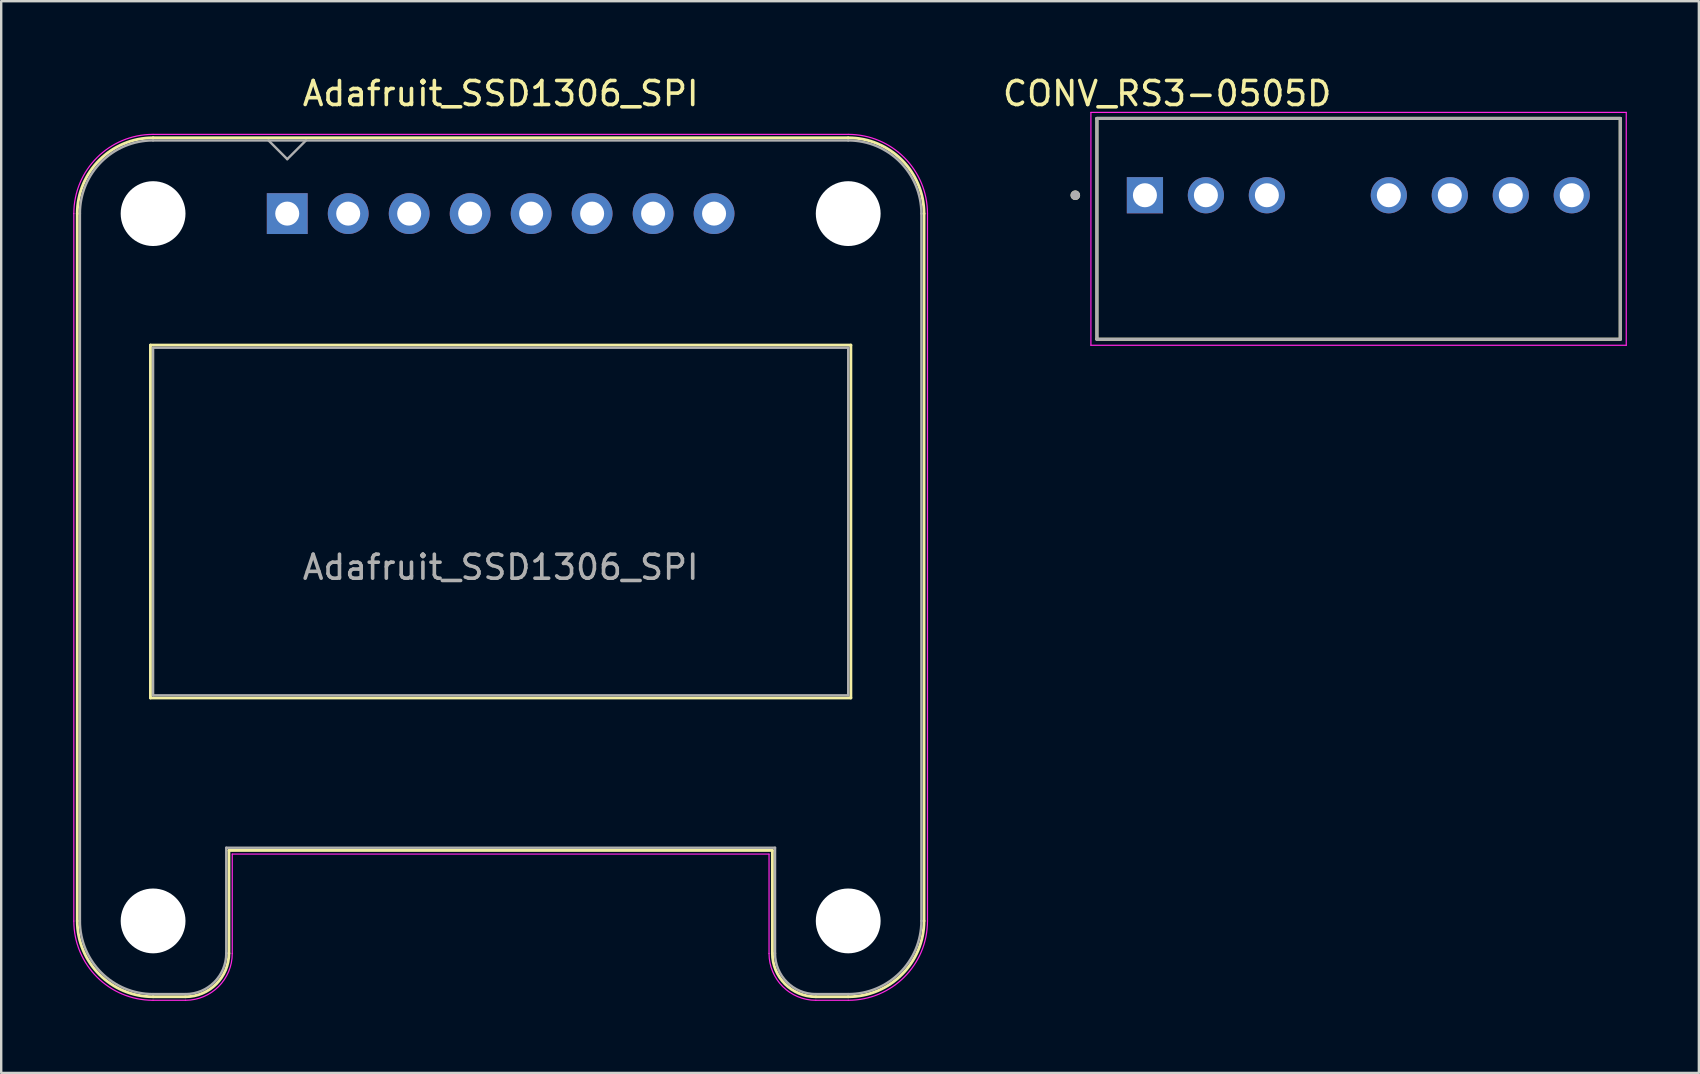
<source format=kicad_pcb>
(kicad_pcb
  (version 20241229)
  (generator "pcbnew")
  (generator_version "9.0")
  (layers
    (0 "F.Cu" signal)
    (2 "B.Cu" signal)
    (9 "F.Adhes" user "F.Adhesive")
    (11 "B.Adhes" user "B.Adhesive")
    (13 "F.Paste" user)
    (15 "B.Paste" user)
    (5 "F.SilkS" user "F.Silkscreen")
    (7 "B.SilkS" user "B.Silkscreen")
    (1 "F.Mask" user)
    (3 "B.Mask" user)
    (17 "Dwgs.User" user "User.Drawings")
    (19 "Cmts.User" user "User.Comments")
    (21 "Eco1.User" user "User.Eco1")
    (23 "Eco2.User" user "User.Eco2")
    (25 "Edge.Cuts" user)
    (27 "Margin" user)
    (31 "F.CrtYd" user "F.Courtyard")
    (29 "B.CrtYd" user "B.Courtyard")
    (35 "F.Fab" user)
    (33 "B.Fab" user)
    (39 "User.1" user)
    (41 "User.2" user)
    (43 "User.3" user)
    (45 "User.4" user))
  (footprint "CONV_RS3-0505D"
    (layer "F.Cu")
    (at 53.543 6.483)
    (property "Reference" "CONV_RS3-0505D" (at -7.975 -5.635 0) (layer "F.SilkS") (effects (font (size 1 1) (thickness 0.15))))
    (attr through_hole)
    (fp_line (start -10.9 -4.6) (end -10.9 4.6) (stroke (width 0.127) (type solid)) (layer "F.SilkS"))
    (fp_line (start -10.9 -4.6) (end 10.9 -4.6) (stroke (width 0.127) (type solid)) (layer "F.SilkS"))
    (fp_line (start -10.9 4.6) (end 10.9 4.6) (stroke (width 0.127) (type solid)) (layer "F.SilkS"))
    (fp_line (start 10.9 4.6) (end 10.9 -4.6) (stroke (width 0.127) (type solid)) (layer "F.SilkS"))
    (fp_circle (center -11.8 -1.4) (end -11.7 -1.4) (stroke (width 0.2) (type solid)) (fill no) (layer "F.SilkS"))
    (fp_line (start -11.15 -4.85) (end 11.15 -4.85) (stroke (width 0.05) (type solid)) (layer "F.CrtYd"))
    (fp_line (start -11.15 4.85) (end -11.15 -4.85) (stroke (width 0.05) (type solid)) (layer "F.CrtYd"))
    (fp_line (start 11.15 -4.85) (end 11.15 4.85) (stroke (width 0.05) (type solid)) (layer "F.CrtYd"))
    (fp_line (start 11.15 4.85) (end -11.15 4.85) (stroke (width 0.05) (type solid)) (layer "F.CrtYd"))
    (fp_line (start -10.9 -4.6) (end -10.9 4.6) (stroke (width 0.127) (type solid)) (layer "F.Fab"))
    (fp_line (start -10.9 4.6) (end 10.9 4.6) (stroke (width 0.127) (type solid)) (layer "F.Fab"))
    (fp_line (start 10.9 -4.6) (end -10.9 -4.6) (stroke (width 0.127) (type solid)) (layer "F.Fab"))
    (fp_line (start 10.9 4.6) (end 10.9 -4.6) (stroke (width 0.127) (type solid)) (layer "F.Fab"))
    (fp_circle (center -11.8 -1.4) (end -11.7 -1.4) (stroke (width 0.2) (type solid)) (fill no) (layer "F.Fab"))
    (pad "1" thru_hole rect (at -8.9 -1.4) (size 1.508 1.508) (drill 1) (layers "*.Cu" "*.Mask"))
    (pad "2" thru_hole circle (at -6.36 -1.4) (size 1.508 1.508) (drill 1) (layers "*.Cu" "*.Mask"))
    (pad "3" thru_hole circle (at -3.82 -1.4) (size 1.508 1.508) (drill 1) (layers "*.Cu" "*.Mask"))
    (pad "5" thru_hole circle (at 1.26 -1.4) (size 1.508 1.508) (drill 1) (layers "*.Cu" "*.Mask"))
    (pad "6" thru_hole circle (at 3.8 -1.4) (size 1.508 1.508) (drill 1) (layers "*.Cu" "*.Mask"))
    (pad "7" thru_hole circle (at 6.34 -1.4) (size 1.508 1.508) (drill 1) (layers "*.Cu" "*.Mask"))
    (pad "8" thru_hole circle (at 8.88 -1.4) (size 1.508 1.508) (drill 1) (layers "*.Cu" "*.Mask")))
  (footprint "Adafruit_SSD1306_SPI"
    (layer "F.Cu")
    (at 8.915 5.848)
    (property "Reference" "Adafruit_SSD1306_SPI" (at 8.89 -5 0) (layer "F.SilkS") (effects (font (size 1 1) (thickness 0.15))))
    (attr through_hole)
    (fp_line (start -8.746 0) (end -8.746 29.464) (stroke (width 0.12) (type solid)) (layer "F.SilkS"))
    (fp_line (start -5.698 5.478) (end -5.698 20.176) (stroke (width 0.12) (type solid)) (layer "F.SilkS"))
    (fp_line (start -5.698 5.478) (end 23.478 5.478) (stroke (width 0.12) (type solid)) (layer "F.SilkS"))
    (fp_line (start -5.698 20.176) (end 23.478 20.176) (stroke (width 0.12) (type solid)) (layer "F.SilkS"))
    (fp_line (start -4.238 32.622) (end -5.59 32.622) (stroke (width 0.12) (type solid)) (layer "F.SilkS"))
    (fp_line (start -2.43 26.526) (end -2.43 30.814) (stroke (width 0.12) (type solid)) (layer "F.SilkS"))
    (fp_line (start -2.43 26.526) (end 20.21 26.526) (stroke (width 0.12) (type solid)) (layer "F.SilkS"))
    (fp_line (start 20.21 26.526) (end 20.21 30.814) (stroke (width 0.12) (type solid)) (layer "F.SilkS"))
    (fp_line (start 22.018 32.622) (end 23.37 32.622) (stroke (width 0.12) (type solid)) (layer "F.SilkS"))
    (fp_line (start 23.368 -3.158) (end -5.588 -3.158) (stroke (width 0.12) (type solid)) (layer "F.SilkS"))
    (fp_line (start 23.478 5.478) (end 23.478 20.176) (stroke (width 0.12) (type solid)) (layer "F.SilkS"))
    (fp_line (start 26.526 0) (end 26.526 29.464) (stroke (width 0.12) (type solid)) (layer "F.SilkS"))
    (fp_arc (start -8.746 0) (mid -7.821043 -2.233043) (end -5.588 -3.158) (stroke (width 0.12) (type solid)) (layer "F.SilkS"))
    (fp_arc (start -5.588 32.622) (mid -7.821043 31.697043) (end -8.746 29.464) (stroke (width 0.12) (type solid)) (layer "F.SilkS"))
    (fp_arc (start -2.43 30.812) (mid -2.958137 32.091035) (end -4.236 32.622) (stroke (width 0.12) (type solid)) (layer "F.SilkS"))
    (fp_arc (start 22.016 32.622) (mid 20.738137 32.091035) (end 20.21 30.812) (stroke (width 0.12) (type solid)) (layer "F.SilkS"))
    (fp_arc (start 23.368 -3.158) (mid 25.601043 -2.233043) (end 26.526 0) (stroke (width 0.12) (type solid)) (layer "F.SilkS"))
    (fp_arc (start 26.526 29.464) (mid 25.601043 31.697043) (end 23.368 32.622) (stroke (width 0.12) (type solid)) (layer "F.SilkS"))
    (fp_line (start -8.89 0) (end -8.89 29.47) (stroke (width 0.05) (type solid)) (layer "F.CrtYd"))
    (fp_line (start -4.24 32.77) (end -5.59 32.77) (stroke (width 0.05) (type solid)) (layer "F.CrtYd"))
    (fp_line (start -2.29 26.68) (end -2.29 30.82) (stroke (width 0.05) (type solid)) (layer "F.CrtYd"))
    (fp_line (start -2.29 26.68) (end 20.07 26.68) (stroke (width 0.05) (type solid)) (layer "F.CrtYd"))
    (fp_line (start 20.07 26.68) (end 20.07 30.82) (stroke (width 0.05) (type solid)) (layer "F.CrtYd"))
    (fp_line (start 22.02 32.77) (end 23.37 32.77) (stroke (width 0.05) (type solid)) (layer "F.CrtYd"))
    (fp_line (start 23.37 -3.3) (end -5.59 -3.3) (stroke (width 0.05) (type solid)) (layer "F.CrtYd"))
    (fp_line (start 26.67 0) (end 26.67 29.47) (stroke (width 0.05) (type solid)) (layer "F.CrtYd"))
    (fp_arc (start -8.89 0) (mid -7.923452 -2.333452) (end -5.59 -3.3) (stroke (width 0.05) (type solid)) (layer "F.CrtYd"))
    (fp_arc (start -5.59 32.77) (mid -7.923452 31.803452) (end -8.89 29.47) (stroke (width 0.05) (type solid)) (layer "F.CrtYd"))
    (fp_arc (start -2.29 30.82) (mid -2.861142 32.198858) (end -4.24 32.77) (stroke (width 0.05) (type solid)) (layer "F.CrtYd"))
    (fp_arc (start 22.02 32.77) (mid 20.641142 32.198858) (end 20.07 30.82) (stroke (width 0.05) (type solid)) (layer "F.CrtYd"))
    (fp_arc (start 23.37 -3.3) (mid 25.703452 -2.333452) (end 26.67 0) (stroke (width 0.05) (type solid)) (layer "F.CrtYd"))
    (fp_arc (start 26.67 29.47) (mid 25.703452 31.803452) (end 23.37 32.77) (stroke (width 0.05) (type solid)) (layer "F.CrtYd"))
    (fp_line (start -8.636 0) (end -8.636 29.464) (stroke (width 0.1) (type solid)) (layer "F.Fab"))
    (fp_line (start -5.588 5.588) (end -5.588 20.066) (stroke (width 0.1) (type solid)) (layer "F.Fab"))
    (fp_line (start -5.588 5.588) (end 23.368 5.588) (stroke (width 0.1) (type solid)) (layer "F.Fab"))
    (fp_line (start -5.588 20.066) (end 23.368 20.066) (stroke (width 0.1) (type solid)) (layer "F.Fab"))
    (fp_line (start -4.238 32.512) (end -5.59 32.512) (stroke (width 0.1) (type solid)) (layer "F.Fab"))
    (fp_line (start -2.54 26.416) (end -2.54 30.814) (stroke (width 0.1) (type solid)) (layer "F.Fab"))
    (fp_line (start -2.54 26.416) (end 20.32 26.416) (stroke (width 0.1) (type solid)) (layer "F.Fab"))
    (fp_line (start -0.78 -3.048) (end 0 -2.268) (stroke (width 0.1) (type solid)) (layer "F.Fab"))
    (fp_line (start 0 -2.268) (end 0.78 -3.048) (stroke (width 0.1) (type solid)) (layer "F.Fab"))
    (fp_line (start 20.32 26.416) (end 20.32 30.814) (stroke (width 0.1) (type solid)) (layer "F.Fab"))
    (fp_line (start 22.018 32.512) (end 23.37 32.512) (stroke (width 0.1) (type solid)) (layer "F.Fab"))
    (fp_line (start 23.368 -3.048) (end -5.588 -3.048) (stroke (width 0.1) (type solid)) (layer "F.Fab"))
    (fp_line (start 23.368 5.588) (end 23.368 20.066) (stroke (width 0.1) (type solid)) (layer "F.Fab"))
    (fp_line (start 26.416 0) (end 26.416 29.464) (stroke (width 0.1) (type solid)) (layer "F.Fab"))
    (fp_arc (start -8.636 0.002) (mid -7.744676 -2.153847) (end -5.59 -3.048) (stroke (width 0.1) (type solid)) (layer "F.Fab"))
    (fp_arc (start -5.59 32.512) (mid -7.744676 31.617847) (end -8.636 29.462) (stroke (width 0.1) (type solid)) (layer "F.Fab"))
    (fp_arc (start -2.54 30.812) (mid -3.035918 32.013253) (end -4.236 32.512) (stroke (width 0.1) (type solid)) (layer "F.Fab"))
    (fp_arc (start 22.016 32.512) (mid 20.815918 32.013253) (end 20.32 30.812) (stroke (width 0.1) (type solid)) (layer "F.Fab"))
    (fp_arc (start 23.368 -3.048) (mid 25.523261 -2.155261) (end 26.416 0) (stroke (width 0.1) (type solid)) (layer "F.Fab"))
    (fp_arc (start 26.416 29.464) (mid 25.523261 31.619261) (end 23.368 32.512) (stroke (width 0.1) (type solid)) (layer "F.Fab"))
    (fp_text user "${REFERENCE}" (at 8.89 14.732 0) (layer "F.Fab") (effects (font (size 1 1) (thickness 0.15))))
    (pad "" np_thru_hole circle (at -5.588 0) (size 2.7 2.7) (drill 2.7) (layers "*.Cu" "*.Mask"))
    (pad "" np_thru_hole circle (at -5.588 29.464) (size 2.7 2.7) (drill 2.7) (layers "*.Cu" "*.Mask"))
    (pad "" np_thru_hole circle (at 23.368 0) (size 2.7 2.7) (drill 2.7) (layers "*.Cu" "*.Mask"))
    (pad "" np_thru_hole circle (at 23.368 29.464) (size 2.7 2.7) (drill 2.7) (layers "*.Cu" "*.Mask"))
    (pad "1" thru_hole rect (at 0 0) (size 1.7 1.7) (drill 1) (layers "*.Cu" "*.Mask"))
    (pad "2" thru_hole circle (at 2.54 0) (size 1.7 1.7) (drill 1) (layers "*.Cu" "*.Mask"))
    (pad "3" thru_hole circle (at 5.08 0) (size 1.7 1.7) (drill 1) (layers "*.Cu" "*.Mask"))
    (pad "4" thru_hole circle (at 7.62 0) (size 1.7 1.7) (drill 1) (layers "*.Cu" "*.Mask"))
    (pad "5" thru_hole circle (at 10.16 0) (size 1.7 1.7) (drill 1) (layers "*.Cu" "*.Mask"))
    (pad "6" thru_hole circle (at 12.7 0) (size 1.7 1.7) (drill 1) (layers "*.Cu" "*.Mask"))
    (pad "7" thru_hole circle (at 15.24 0) (size 1.7 1.7) (drill 1) (layers "*.Cu" "*.Mask"))
    (pad "8" thru_hole circle (at 17.78 0) (size 1.7 1.7) (drill 1) (layers "*.Cu" "*.Mask")))
  (gr_rect
    (start -3 -3)
    (end 67.718 41.643)
    (stroke (width 0.1) (type default))
    (fill no)
    (layer "Edge.Cuts")))
</source>
